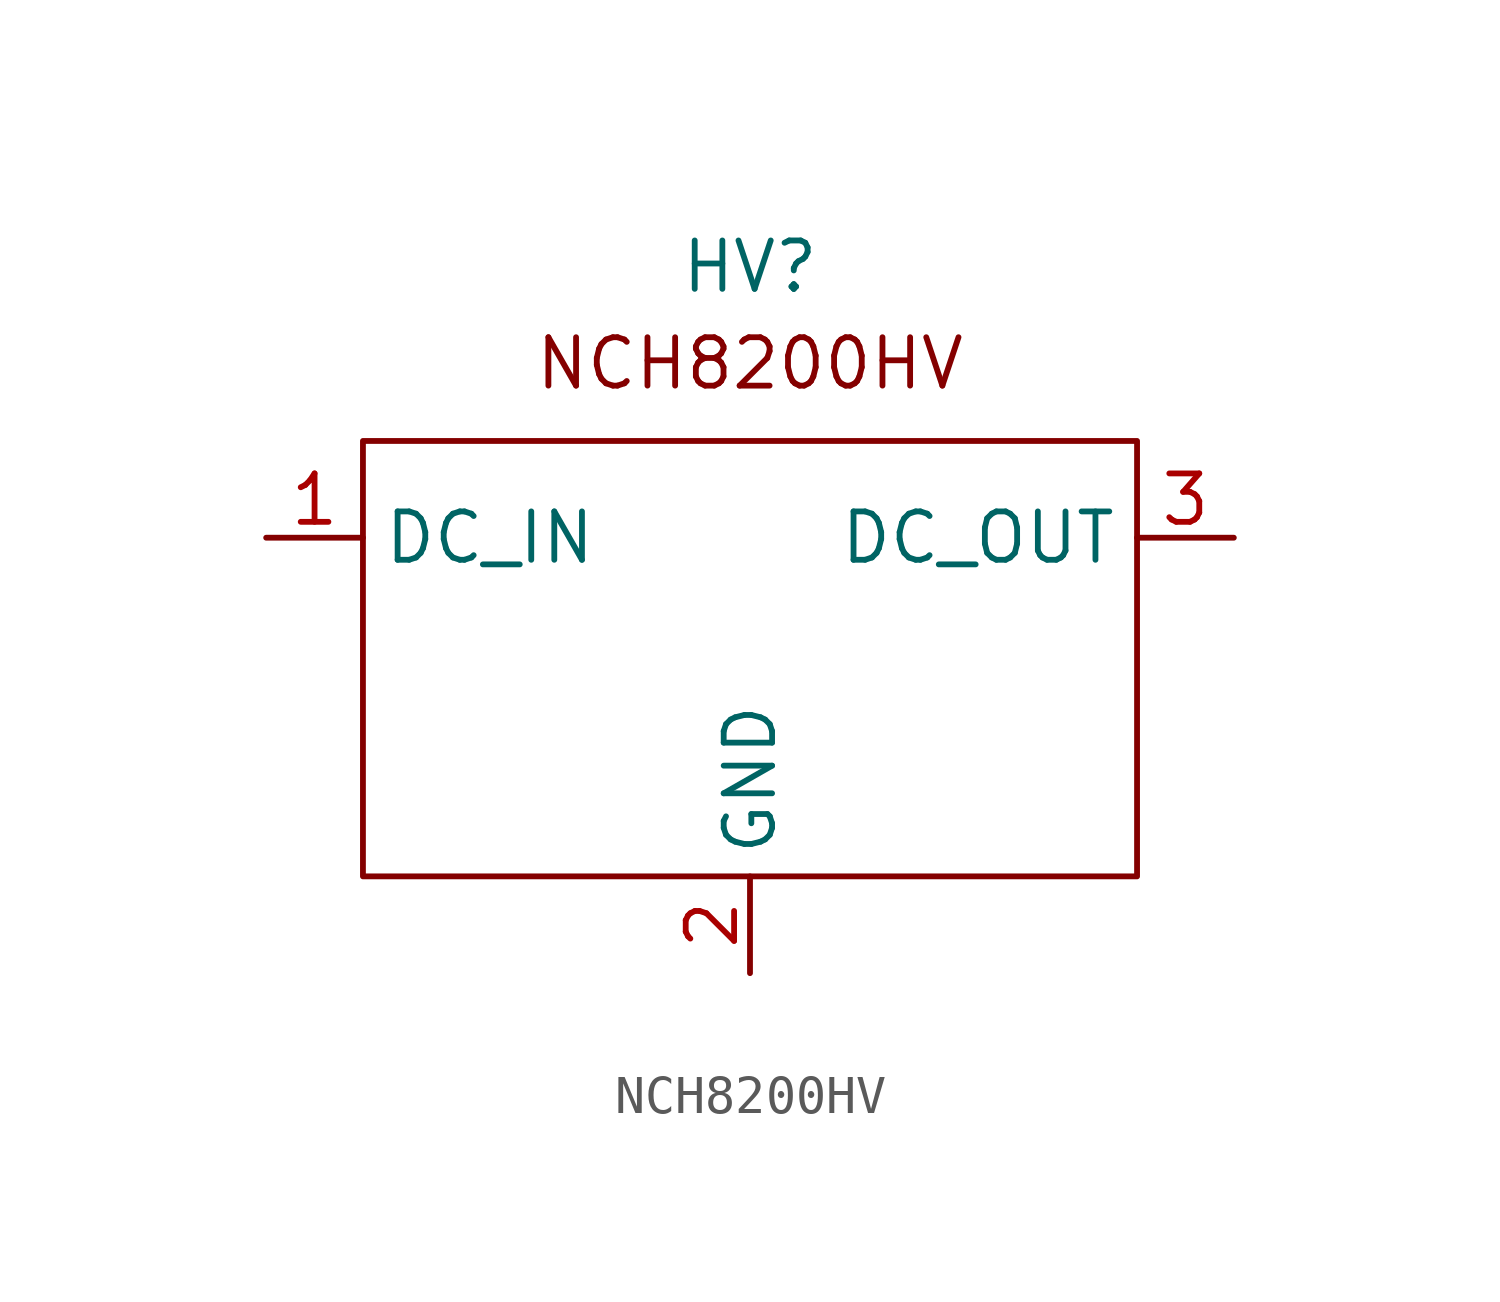
<source format=kicad_sym>
(kicad_symbol_lib
  (version 20241209)
  (generator "kicad_symbol_editor")
  (generator_version "9.0")
  (symbol "NCH8200HV"
    (property "Reference" "HV"
      (at 0 3.302 0)
      (effects (font (size 1.27 1.27))))
    (property "Value" ""
      (at 0 0 0)
      (effects (font (size 1.27 1.27))))
    (symbol "NCH8200HV_0_1"
      (rectangle (start -10.16 -1.27) (end 10.16 -12.7) (stroke (width 0) (type default)) (fill (type none))))
    (symbol "NCH8200HV_1_1"
      (text "NCH8200HV" (at 0 0.762 0) (effects (font (size 1.27 1.27))))
      (pin power_in line (at -12.7 -3.81 0) (length 2.54) (name "DC_IN" (effects (font (size 1.27 1.27)))) (number "1" (effects (font (size 1.27 1.27)))))
      (pin bidirectional line (at 0 -15.24 90) (length 2.54) (name "GND" (effects (font (size 1.27 1.27)))) (number "2" (effects (font (size 1.27 1.27)))))
      (pin power_out line (at 12.7 -3.81 180) (length 2.54) (name "DC_OUT" (effects (font (size 1.27 1.27)))) (number "3" (effects (font (size 1.27 1.27))))))))
</source>
